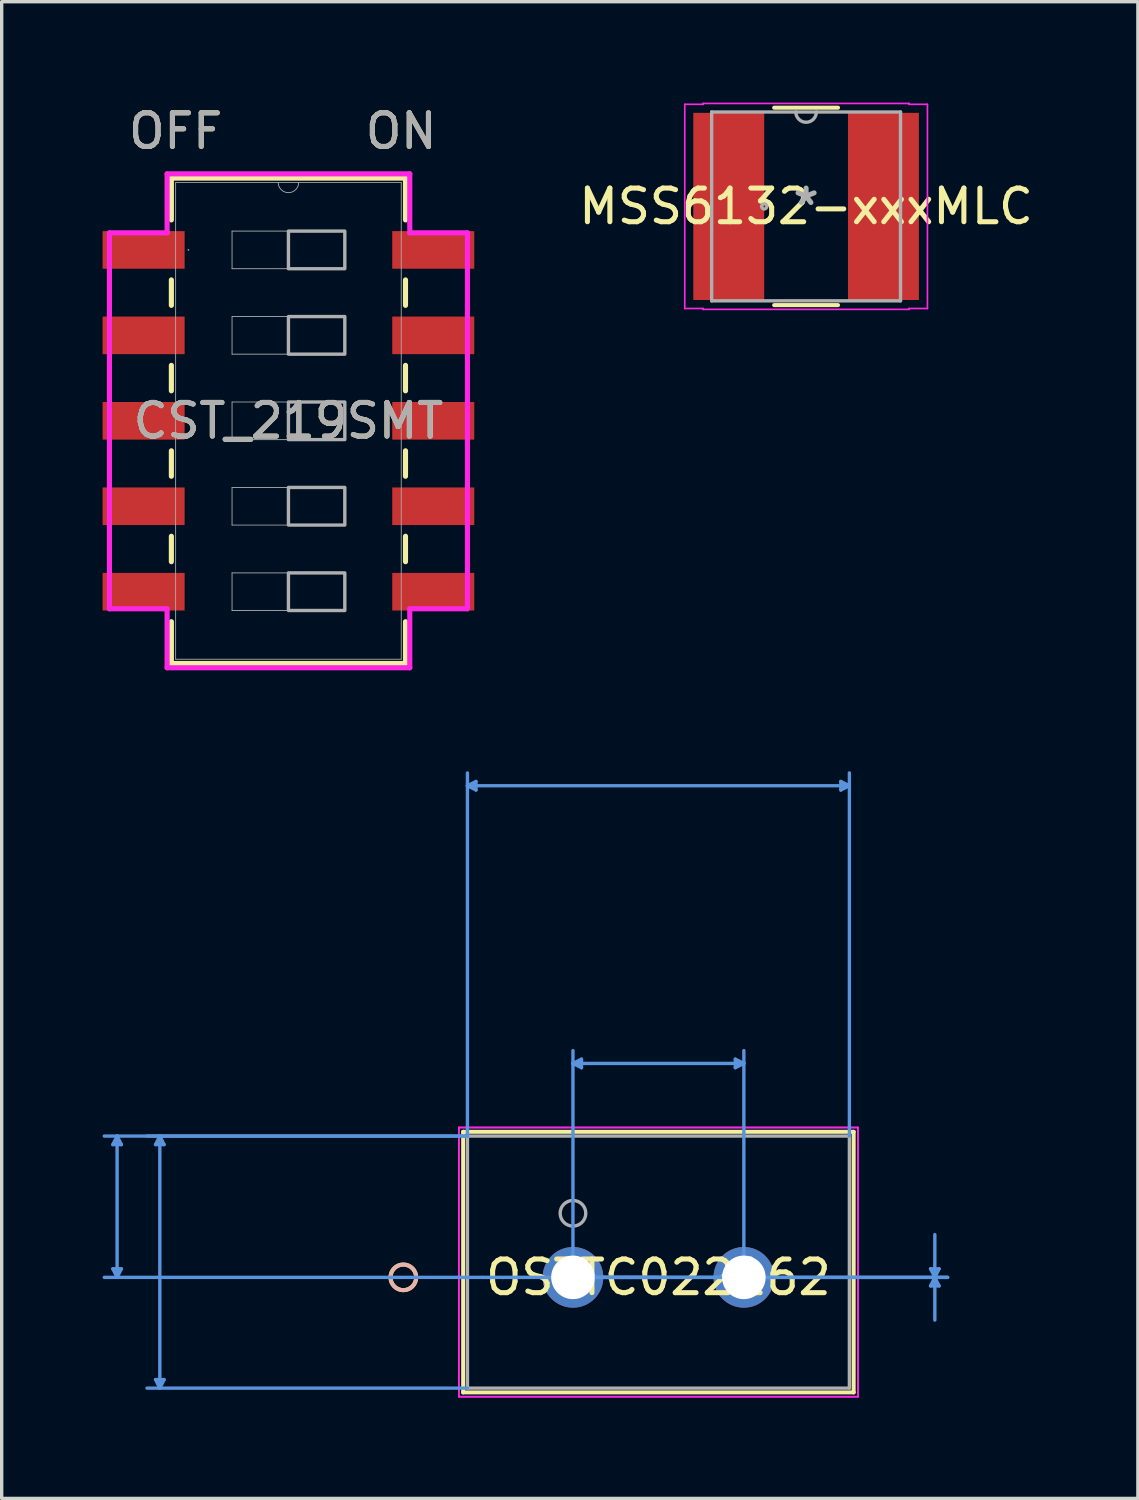
<source format=kicad_pcb>
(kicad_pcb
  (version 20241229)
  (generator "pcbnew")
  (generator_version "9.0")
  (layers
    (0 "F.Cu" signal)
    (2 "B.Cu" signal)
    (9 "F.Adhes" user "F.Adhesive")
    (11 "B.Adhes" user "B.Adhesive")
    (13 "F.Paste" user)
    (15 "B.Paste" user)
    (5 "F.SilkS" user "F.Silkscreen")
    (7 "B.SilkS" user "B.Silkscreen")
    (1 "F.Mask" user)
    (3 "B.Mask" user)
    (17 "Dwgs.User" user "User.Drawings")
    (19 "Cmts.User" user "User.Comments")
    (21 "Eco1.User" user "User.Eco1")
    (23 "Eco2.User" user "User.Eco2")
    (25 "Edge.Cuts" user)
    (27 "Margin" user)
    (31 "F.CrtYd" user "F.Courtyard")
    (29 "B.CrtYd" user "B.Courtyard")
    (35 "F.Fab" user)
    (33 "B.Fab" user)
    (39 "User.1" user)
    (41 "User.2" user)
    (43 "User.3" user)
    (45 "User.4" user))
  (footprint "MSS6132-xxxMLC"
    (layer "F.Cu")
    (at 20.912 3.086)
    (property "Reference" "MSS6132-xxxMLC" (at 0 0 0) (layer "F.SilkS") (effects (font (size 1 1) (thickness 0.15))))
    (attr through_hole)
    (fp_line (start -0.949 2.934) (end 0.949 2.934) (stroke (width 0.12) (type solid)) (layer "F.SilkS"))
    (fp_line (start 0.949 -2.934) (end -0.949 -2.934) (stroke (width 0.12) (type solid)) (layer "F.SilkS"))
    (fp_line (start -3.607 -3.035) (end -3.061 -3.035) (stroke (width 0.05) (type solid)) (layer "F.CrtYd"))
    (fp_line (start -3.607 3.035) (end -3.607 -3.035) (stroke (width 0.05) (type solid)) (layer "F.CrtYd"))
    (fp_line (start -3.061 -3.061) (end 3.061 -3.061) (stroke (width 0.05) (type solid)) (layer "F.CrtYd"))
    (fp_line (start -3.061 -3.035) (end -3.061 -3.061) (stroke (width 0.05) (type solid)) (layer "F.CrtYd"))
    (fp_line (start -3.061 3.035) (end -3.607 3.035) (stroke (width 0.05) (type solid)) (layer "F.CrtYd"))
    (fp_line (start -3.061 3.061) (end -3.061 3.035) (stroke (width 0.05) (type solid)) (layer "F.CrtYd"))
    (fp_line (start 3.061 -3.061) (end 3.061 -3.035) (stroke (width 0.05) (type solid)) (layer "F.CrtYd"))
    (fp_line (start 3.061 -3.035) (end 3.607 -3.035) (stroke (width 0.05) (type solid)) (layer "F.CrtYd"))
    (fp_line (start 3.061 3.035) (end 3.061 3.061) (stroke (width 0.05) (type solid)) (layer "F.CrtYd"))
    (fp_line (start 3.061 3.061) (end -3.061 3.061) (stroke (width 0.05) (type solid)) (layer "F.CrtYd"))
    (fp_line (start 3.607 -3.035) (end 3.607 3.035) (stroke (width 0.05) (type solid)) (layer "F.CrtYd"))
    (fp_line (start 3.607 3.035) (end 3.061 3.035) (stroke (width 0.05) (type solid)) (layer "F.CrtYd"))
    (fp_line (start -2.807 -2.807) (end -2.807 2.807) (stroke (width 0.1) (type solid)) (layer "F.Fab"))
    (fp_line (start -2.807 2.807) (end 2.807 2.807) (stroke (width 0.1) (type solid)) (layer "F.Fab"))
    (fp_line (start 2.807 -2.807) (end -2.807 -2.807) (stroke (width 0.1) (type solid)) (layer "F.Fab"))
    (fp_line (start 2.807 2.807) (end 2.807 -2.807) (stroke (width 0.1) (type solid)) (layer "F.Fab"))
    (fp_arc (start 0.3048 -2.8067) (mid 0 -2.5019) (end -0.3048 -2.8067) (stroke (width 0.1) (type solid)) (layer "F.Fab"))
    (fp_circle (center -1.245 0) (end -1.168 0) (stroke (width 0.1) (type solid)) (fill no) (layer "F.Fab"))
    (fp_text user "*" (at 0 0 0) (layer "F.Fab") (effects (font (size 1 1) (thickness 0.15))))
    (pad "1" smd rect (at -2.299 0) (size 2.108 5.563) (layers "F.Cu" "F.Mask" "F.Paste"))
    (pad "2" smd rect (at 2.299 0) (size 2.108 5.563) (layers "F.Cu" "F.Mask" "F.Paste")))
  (footprint "CST_219SMT"
    (layer "F.Cu")
    (at 5.524 9.459)
    (property "Reference" "CST_219SMT" (at 0 0 0) (unlocked yes) (layer "F.SilkS") (effects (font (size 1 1) (thickness 0.15))))
    (attr smd)
    (fp_line (start -3.48 -7.214) (end -3.48 -5.972) (stroke (width 0.152) (type solid)) (layer "F.SilkS"))
    (fp_line (start -3.48 -4.188) (end -3.48 -3.432) (stroke (width 0.152) (type solid)) (layer "F.SilkS"))
    (fp_line (start -3.48 -1.648) (end -3.48 -0.892) (stroke (width 0.152) (type solid)) (layer "F.SilkS"))
    (fp_line (start -3.48 0.892) (end -3.48 1.648) (stroke (width 0.152) (type solid)) (layer "F.SilkS"))
    (fp_line (start -3.48 3.432) (end -3.48 4.188) (stroke (width 0.152) (type solid)) (layer "F.SilkS"))
    (fp_line (start -3.48 5.972) (end -3.48 7.214) (stroke (width 0.152) (type solid)) (layer "F.SilkS"))
    (fp_line (start -3.48 7.214) (end 3.48 7.214) (stroke (width 0.152) (type solid)) (layer "F.SilkS"))
    (fp_line (start 3.48 -7.214) (end -3.48 -7.214) (stroke (width 0.152) (type solid)) (layer "F.SilkS"))
    (fp_line (start 3.48 -5.972) (end 3.48 -7.214) (stroke (width 0.152) (type solid)) (layer "F.SilkS"))
    (fp_line (start 3.48 -3.432) (end 3.48 -4.188) (stroke (width 0.152) (type solid)) (layer "F.SilkS"))
    (fp_line (start 3.48 -0.892) (end 3.48 -1.648) (stroke (width 0.152) (type solid)) (layer "F.SilkS"))
    (fp_line (start 3.48 1.648) (end 3.48 0.892) (stroke (width 0.152) (type solid)) (layer "F.SilkS"))
    (fp_line (start 3.48 4.188) (end 3.48 3.432) (stroke (width 0.152) (type solid)) (layer "F.SilkS"))
    (fp_line (start 3.48 7.214) (end 3.48 5.972) (stroke (width 0.152) (type solid)) (layer "F.SilkS"))
    (fp_line (start -5.321 -5.588) (end -3.607 -5.588) (stroke (width 0.152) (type solid)) (layer "F.CrtYd"))
    (fp_line (start -5.321 5.588) (end -5.321 -5.588) (stroke (width 0.152) (type solid)) (layer "F.CrtYd"))
    (fp_line (start -3.607 -7.341) (end 3.607 -7.341) (stroke (width 0.152) (type solid)) (layer "F.CrtYd"))
    (fp_line (start -3.607 -5.588) (end -3.607 -7.341) (stroke (width 0.152) (type solid)) (layer "F.CrtYd"))
    (fp_line (start -3.607 5.588) (end -5.321 5.588) (stroke (width 0.152) (type solid)) (layer "F.CrtYd"))
    (fp_line (start -3.607 7.341) (end -3.607 5.588) (stroke (width 0.152) (type solid)) (layer "F.CrtYd"))
    (fp_line (start 3.607 -7.341) (end 3.607 -5.588) (stroke (width 0.152) (type solid)) (layer "F.CrtYd"))
    (fp_line (start 3.607 -5.588) (end 5.321 -5.588) (stroke (width 0.152) (type solid)) (layer "F.CrtYd"))
    (fp_line (start 3.607 5.588) (end 3.607 7.341) (stroke (width 0.152) (type solid)) (layer "F.CrtYd"))
    (fp_line (start 3.607 7.341) (end -3.607 7.341) (stroke (width 0.152) (type solid)) (layer "F.CrtYd"))
    (fp_line (start 5.321 -5.588) (end 5.321 5.588) (stroke (width 0.152) (type solid)) (layer "F.CrtYd"))
    (fp_line (start 5.321 5.588) (end 3.607 5.588) (stroke (width 0.152) (type solid)) (layer "F.CrtYd"))
    (fp_line (start -3.353 -7.087) (end -3.353 7.087) (stroke (width 0.025) (type solid)) (layer "F.Fab"))
    (fp_line (start -3.353 7.087) (end 3.353 7.087) (stroke (width 0.025) (type solid)) (layer "F.Fab"))
    (fp_line (start -1.676 -5.639) (end 1.676 -5.639) (stroke (width 0.025) (type solid)) (layer "F.Fab"))
    (fp_line (start -1.676 -4.521) (end -1.676 -5.639) (stroke (width 0.025) (type solid)) (layer "F.Fab"))
    (fp_line (start -1.676 -3.099) (end 1.676 -3.099) (stroke (width 0.025) (type solid)) (layer "F.Fab"))
    (fp_line (start -1.676 -1.981) (end -1.676 -3.099) (stroke (width 0.025) (type solid)) (layer "F.Fab"))
    (fp_line (start -1.676 -0.559) (end 1.676 -0.559) (stroke (width 0.025) (type solid)) (layer "F.Fab"))
    (fp_line (start -1.676 0.559) (end -1.676 -0.559) (stroke (width 0.025) (type solid)) (layer "F.Fab"))
    (fp_line (start -1.676 1.981) (end 1.676 1.981) (stroke (width 0.025) (type solid)) (layer "F.Fab"))
    (fp_line (start -1.676 3.099) (end -1.676 1.981) (stroke (width 0.025) (type solid)) (layer "F.Fab"))
    (fp_line (start -1.676 4.521) (end 1.676 4.521) (stroke (width 0.025) (type solid)) (layer "F.Fab"))
    (fp_line (start -1.676 5.639) (end -1.676 4.521) (stroke (width 0.025) (type solid)) (layer "F.Fab"))
    (fp_line (start 1.676 -5.639) (end 1.676 -4.521) (stroke (width 0.025) (type solid)) (layer "F.Fab"))
    (fp_line (start 1.676 -4.521) (end -1.676 -4.521) (stroke (width 0.025) (type solid)) (layer "F.Fab"))
    (fp_line (start 1.676 -3.099) (end 1.676 -1.981) (stroke (width 0.025) (type solid)) (layer "F.Fab"))
    (fp_line (start 1.676 -1.981) (end -1.676 -1.981) (stroke (width 0.025) (type solid)) (layer "F.Fab"))
    (fp_line (start 1.676 -0.559) (end 1.676 0.559) (stroke (width 0.025) (type solid)) (layer "F.Fab"))
    (fp_line (start 1.676 0.559) (end -1.676 0.559) (stroke (width 0.025) (type solid)) (layer "F.Fab"))
    (fp_line (start 1.676 1.981) (end 1.676 3.099) (stroke (width 0.025) (type solid)) (layer "F.Fab"))
    (fp_line (start 1.676 3.099) (end -1.676 3.099) (stroke (width 0.025) (type solid)) (layer "F.Fab"))
    (fp_line (start 1.676 4.521) (end 1.676 5.639) (stroke (width 0.025) (type solid)) (layer "F.Fab"))
    (fp_line (start 1.676 5.639) (end -1.676 5.639) (stroke (width 0.025) (type solid)) (layer "F.Fab"))
    (fp_line (start 3.353 -7.087) (end -3.353 -7.087) (stroke (width 0.025) (type solid)) (layer "F.Fab"))
    (fp_line (start 3.353 7.087) (end 3.353 -7.087) (stroke (width 0.025) (type solid)) (layer "F.Fab"))
    (fp_arc (start 0.3048 -7.0866) (mid 0 -6.7818) (end -0.3048 -7.0866) (stroke (width 0.0254) (type solid)) (layer "F.Fab"))
    (fp_circle (center -2.972 -5.08) (end -2.972 -5.08) (stroke (width 0.025) (type solid)) (fill no) (layer "F.Fab"))
    (fp_poly (pts (xy 0 -5.639) (xy 1.676 -5.639) (xy 1.676 -4.521) (xy 0 -4.521)) (stroke (width 0.1) (type solid)) (fill no) (layer "F.Fab"))
    (fp_poly (pts (xy 0 -3.099) (xy 1.676 -3.099) (xy 1.676 -1.981) (xy 0 -1.981)) (stroke (width 0.1) (type solid)) (fill no) (layer "F.Fab"))
    (fp_poly (pts (xy 0 -0.559) (xy 1.676 -0.559) (xy 1.676 0.559) (xy 0 0.559)) (stroke (width 0.1) (type solid)) (fill no) (layer "F.Fab"))
    (fp_poly (pts (xy 0 1.981) (xy 1.676 1.981) (xy 1.676 3.099) (xy 0 3.099)) (stroke (width 0.1) (type solid)) (fill no) (layer "F.Fab"))
    (fp_poly (pts (xy 0 4.521) (xy 1.676 4.521) (xy 1.676 5.639) (xy 0 5.639)) (stroke (width 0.1) (type solid)) (fill no) (layer "F.Fab"))
    (fp_text user "ON" (at 3.353 -8.611 0) (unlocked yes) (layer "F.SilkS") (effects (font (size 1 1) (thickness 0.15))))
    (fp_text user "OFF" (at -3.353 -8.611 0) (unlocked yes) (layer "F.SilkS") (effects (font (size 1 1) (thickness 0.15))))
    (fp_text user "ON" (at 3.353 -8.611 0) (unlocked yes) (layer "F.Fab") (effects (font (size 1 1) (thickness 0.15))))
    (fp_text user "${REFERENCE}" (at 0 0 0) (unlocked yes) (layer "F.Fab") (effects (font (size 1 1) (thickness 0.15))))
    (fp_text user "OFF" (at -3.353 -8.611 0) (unlocked yes) (layer "F.Fab") (effects (font (size 1 1) (thickness 0.15))))
    (pad "1" smd rect (at -4.305 -5.08) (size 2.438 1.118) (layers "F.Cu" "F.Mask" "F.Paste"))
    (pad "2" smd rect (at -4.305 -2.54) (size 2.438 1.118) (layers "F.Cu" "F.Mask" "F.Paste"))
    (pad "3" smd rect (at -4.305 0) (size 2.438 1.118) (layers "F.Cu" "F.Mask" "F.Paste"))
    (pad "4" smd rect (at -4.305 2.54) (size 2.438 1.118) (layers "F.Cu" "F.Mask" "F.Paste"))
    (pad "5" smd rect (at -4.305 5.08) (size 2.438 1.118) (layers "F.Cu" "F.Mask" "F.Paste"))
    (pad "6" smd rect (at 4.305 5.08) (size 2.438 1.118) (layers "F.Cu" "F.Mask" "F.Paste"))
    (pad "7" smd rect (at 4.305 2.54) (size 2.438 1.118) (layers "F.Cu" "F.Mask" "F.Paste"))
    (pad "8" smd rect (at 4.305 0) (size 2.438 1.118) (layers "F.Cu" "F.Mask" "F.Paste"))
    (pad "9" smd rect (at 4.305 -2.54) (size 2.438 1.118) (layers "F.Cu" "F.Mask" "F.Paste"))
    (pad "10" smd rect (at 4.305 -5.08) (size 2.438 1.118) (layers "F.Cu" "F.Mask" "F.Paste")))
  (footprint "OSTTC022162"
    (layer "F.Cu")
    (at 13.982 34.921)
    (property "Reference" "OSTTC022162" (at 2.54 0 0) (layer "F.SilkS") (effects (font (size 1 1) (thickness 0.15))))
    (attr through_hole)
    (fp_line (start -3.264 -4.327) (end -3.264 3.42) (stroke (width 0.12) (type solid)) (layer "F.SilkS"))
    (fp_line (start -3.264 3.42) (end 8.344 3.42) (stroke (width 0.12) (type solid)) (layer "F.SilkS"))
    (fp_line (start 8.344 -4.327) (end -3.264 -4.327) (stroke (width 0.12) (type solid)) (layer "F.SilkS"))
    (fp_line (start 8.344 3.42) (end 8.344 -4.327) (stroke (width 0.12) (type solid)) (layer "F.SilkS"))
    (fp_circle (center -5.042 0) (end -4.661 0) (stroke (width 0.12) (type solid)) (fill no) (layer "F.SilkS"))
    (fp_circle (center -5.042 0) (end -4.661 0) (stroke (width 0.12) (type solid)) (fill no) (layer "B.SilkS"))
    (fp_line (start -13.678 -3.946) (end -13.424 -3.946) (stroke (width 0.1) (type solid)) (layer "Cmts.User"))
    (fp_line (start -13.678 -0.254) (end -13.424 -0.254) (stroke (width 0.1) (type solid)) (layer "Cmts.User"))
    (fp_line (start -13.551 -4.2) (end -13.678 -3.946) (stroke (width 0.1) (type solid)) (layer "Cmts.User"))
    (fp_line (start -13.551 -4.2) (end -13.551 0) (stroke (width 0.1) (type solid)) (layer "Cmts.User"))
    (fp_line (start -13.551 -4.2) (end -13.424 -3.946) (stroke (width 0.1) (type solid)) (layer "Cmts.User"))
    (fp_line (start -13.551 0) (end -13.678 -0.254) (stroke (width 0.1) (type solid)) (layer "Cmts.User"))
    (fp_line (start -13.551 0) (end -13.424 -0.254) (stroke (width 0.1) (type solid)) (layer "Cmts.User"))
    (fp_line (start -12.408 -3.946) (end -12.154 -3.946) (stroke (width 0.1) (type solid)) (layer "Cmts.User"))
    (fp_line (start -12.408 3.039) (end -12.154 3.039) (stroke (width 0.1) (type solid)) (layer "Cmts.User"))
    (fp_line (start -12.281 -4.2) (end -12.408 -3.946) (stroke (width 0.1) (type solid)) (layer "Cmts.User"))
    (fp_line (start -12.281 -4.2) (end -12.281 3.293) (stroke (width 0.1) (type solid)) (layer "Cmts.User"))
    (fp_line (start -12.281 -4.2) (end -12.154 -3.946) (stroke (width 0.1) (type solid)) (layer "Cmts.User"))
    (fp_line (start -12.281 3.293) (end -12.408 3.039) (stroke (width 0.1) (type solid)) (layer "Cmts.User"))
    (fp_line (start -12.281 3.293) (end -12.154 3.039) (stroke (width 0.1) (type solid)) (layer "Cmts.User"))
    (fp_line (start -3.137 -14.614) (end -2.883 -14.741) (stroke (width 0.1) (type solid)) (layer "Cmts.User"))
    (fp_line (start -3.137 -14.614) (end -2.883 -14.487) (stroke (width 0.1) (type solid)) (layer "Cmts.User"))
    (fp_line (start -3.137 -14.614) (end 8.217 -14.614) (stroke (width 0.1) (type solid)) (layer "Cmts.User"))
    (fp_line (start -3.137 -4.2) (end -13.932 -4.2) (stroke (width 0.1) (type solid)) (layer "Cmts.User"))
    (fp_line (start -3.137 -4.2) (end -12.662 -4.2) (stroke (width 0.1) (type solid)) (layer "Cmts.User"))
    (fp_line (start -3.137 -4.2) (end -3.137 -14.995) (stroke (width 0.1) (type solid)) (layer "Cmts.User"))
    (fp_line (start -3.137 3.293) (end -12.662 3.293) (stroke (width 0.1) (type solid)) (layer "Cmts.User"))
    (fp_line (start -2.883 -14.741) (end -2.883 -14.487) (stroke (width 0.1) (type solid)) (layer "Cmts.User"))
    (fp_line (start 0 -6.359) (end 0.254 -6.486) (stroke (width 0.1) (type solid)) (layer "Cmts.User"))
    (fp_line (start 0 -6.359) (end 0.254 -6.232) (stroke (width 0.1) (type solid)) (layer "Cmts.User"))
    (fp_line (start 0 -6.359) (end 5.08 -6.359) (stroke (width 0.1) (type solid)) (layer "Cmts.User"))
    (fp_line (start 0 0) (end 0 -6.74) (stroke (width 0.1) (type solid)) (layer "Cmts.User"))
    (fp_line (start 0 0) (end 11.138 0) (stroke (width 0.1) (type solid)) (layer "Cmts.User"))
    (fp_line (start 0 0) (end 11.138 0) (stroke (width 0.1) (type solid)) (layer "Cmts.User"))
    (fp_line (start 0.254 -6.486) (end 0.254 -6.232) (stroke (width 0.1) (type solid)) (layer "Cmts.User"))
    (fp_line (start 2.54 0) (end -13.932 0) (stroke (width 0.1) (type solid)) (layer "Cmts.User"))
    (fp_line (start 4.826 -6.486) (end 4.826 -6.232) (stroke (width 0.1) (type solid)) (layer "Cmts.User"))
    (fp_line (start 5.08 -6.359) (end 4.826 -6.486) (stroke (width 0.1) (type solid)) (layer "Cmts.User"))
    (fp_line (start 5.08 -6.359) (end 4.826 -6.232) (stroke (width 0.1) (type solid)) (layer "Cmts.User"))
    (fp_line (start 5.08 0) (end 5.08 -6.74) (stroke (width 0.1) (type solid)) (layer "Cmts.User"))
    (fp_line (start 7.963 -14.741) (end 7.963 -14.487) (stroke (width 0.1) (type solid)) (layer "Cmts.User"))
    (fp_line (start 8.217 -14.614) (end 7.963 -14.741) (stroke (width 0.1) (type solid)) (layer "Cmts.User"))
    (fp_line (start 8.217 -14.614) (end 7.963 -14.487) (stroke (width 0.1) (type solid)) (layer "Cmts.User"))
    (fp_line (start 8.217 -4.2) (end 8.217 -14.995) (stroke (width 0.1) (type solid)) (layer "Cmts.User"))
    (fp_line (start 10.63 -0.254) (end 10.884 -0.254) (stroke (width 0.1) (type solid)) (layer "Cmts.User"))
    (fp_line (start 10.63 0.254) (end 10.884 0.254) (stroke (width 0.1) (type solid)) (layer "Cmts.User"))
    (fp_line (start 10.757 0) (end 10.63 -0.254) (stroke (width 0.1) (type solid)) (layer "Cmts.User"))
    (fp_line (start 10.757 0) (end 10.63 0.254) (stroke (width 0.1) (type solid)) (layer "Cmts.User"))
    (fp_line (start 10.757 0) (end 10.757 -1.27) (stroke (width 0.1) (type solid)) (layer "Cmts.User"))
    (fp_line (start 10.757 0) (end 10.757 1.27) (stroke (width 0.1) (type solid)) (layer "Cmts.User"))
    (fp_line (start 10.757 0) (end 10.884 -0.254) (stroke (width 0.1) (type solid)) (layer "Cmts.User"))
    (fp_line (start 10.757 0) (end 10.884 0.254) (stroke (width 0.1) (type solid)) (layer "Cmts.User"))
    (fp_line (start -3.391 -4.454) (end -3.391 3.547) (stroke (width 0.05) (type solid)) (layer "F.CrtYd"))
    (fp_line (start -3.391 -4.454) (end -3.391 3.547) (stroke (width 0.05) (type solid)) (layer "F.CrtYd"))
    (fp_line (start -3.391 3.547) (end 8.471 3.547) (stroke (width 0.05) (type solid)) (layer "F.CrtYd"))
    (fp_line (start -3.391 3.547) (end 8.471 3.547) (stroke (width 0.05) (type solid)) (layer "F.CrtYd"))
    (fp_line (start 8.471 -4.454) (end -3.391 -4.454) (stroke (width 0.05) (type solid)) (layer "F.CrtYd"))
    (fp_line (start 8.471 -4.454) (end -3.391 -4.454) (stroke (width 0.05) (type solid)) (layer "F.CrtYd"))
    (fp_line (start 8.471 3.547) (end 8.471 -4.454) (stroke (width 0.05) (type solid)) (layer "F.CrtYd"))
    (fp_line (start 8.471 3.547) (end 8.471 -4.454) (stroke (width 0.05) (type solid)) (layer "F.CrtYd"))
    (fp_line (start -3.137 -4.2) (end -3.137 3.293) (stroke (width 0.1) (type solid)) (layer "F.Fab"))
    (fp_line (start -3.137 3.293) (end 8.217 3.293) (stroke (width 0.1) (type solid)) (layer "F.Fab"))
    (fp_line (start 8.217 -4.2) (end -3.137 -4.2) (stroke (width 0.1) (type solid)) (layer "F.Fab"))
    (fp_line (start 8.217 3.293) (end 8.217 -4.2) (stroke (width 0.1) (type solid)) (layer "F.Fab"))
    (fp_circle (center 0 -1.905) (end 0.381 -1.905) (stroke (width 0.1) (type solid)) (fill no) (layer "F.Fab"))
    (fp_text user "*" (at 0 0 0) (layer "F.SilkS") (effects (font (size 1 1) (thickness 0.15))))
    (fp_text user "Copyright 2021 Accelerated Designs. All rights reserved." (at 0 0 0) (layer "Cmts.User") (effects (font (size 0.127 0.127) (thickness 0.002))))
    (fp_text user "*" (at 0 0 0) (layer "F.Fab") (effects (font (size 1 1) (thickness 0.15))))
    (pad "1" thru_hole circle (at 0 0) (size 1.803 1.803) (drill 1.295) (layers "*.Cu" "*.Mask"))
    (pad "2" thru_hole circle (at 5.08 0) (size 1.803 1.803) (drill 1.295) (layers "*.Cu" "*.Mask")))
  (gr_rect
    (start -3 -3)
    (end 30.775 41.493)
    (stroke (width 0.1) (type default))
    (fill no)
    (layer "Edge.Cuts")))
</source>
